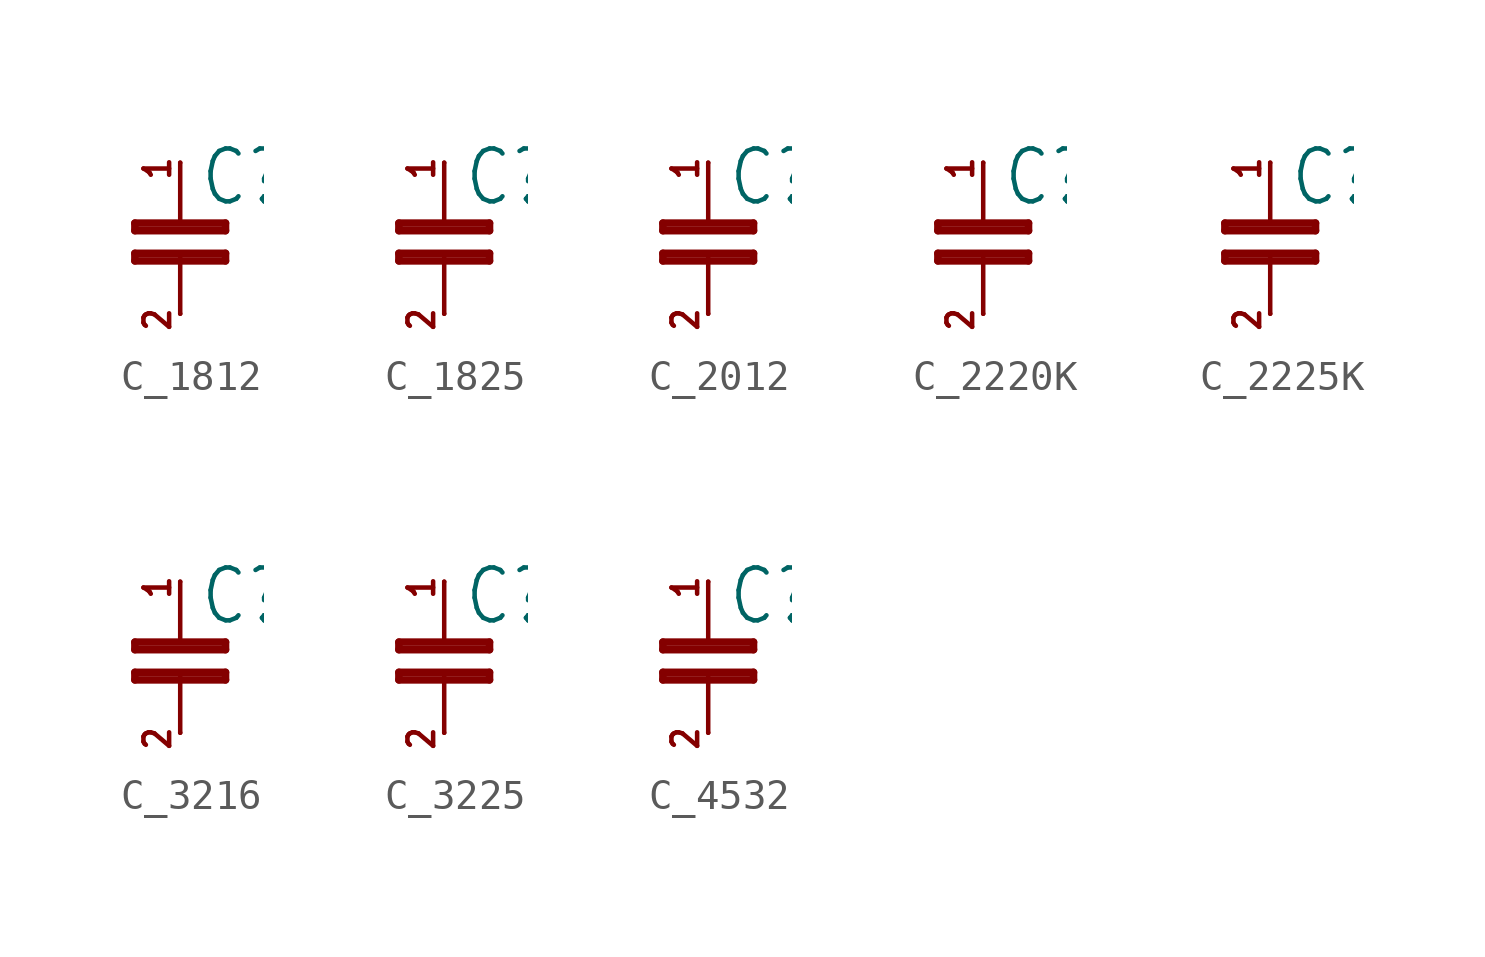
<source format=kicad_sym>
(kicad_symbol_lib
  (version 20241209)
  (generator "kicad_symbol_editor")
  (generator_version "9.0")
  (symbol "C_1812"
    (property "Reference" "C"
      (at 0.635 1.016 0)
      (effects (font (size 1.778 1.511)) (justify left bottom)))
    (property "Value" ""
      (at 0.508 -2.857 0)
      (effects (font (size 1.778 1.511)) (justify left bottom)))
    (property "ki_locked" ""
      (at 0 0 0)
      (effects (font (size 1.27 1.27))))
    (symbol "C_1812_1_0"
      (polyline (pts (xy -1.524 0.508) (xy -1.524 0.254)) (stroke (width 0.254) (type solid)) (fill (type none)))
      (polyline (pts (xy -1.524 0.254) (xy 1.524 0.254)) (stroke (width 0.254) (type solid)) (fill (type none)))
      (polyline (pts (xy -1.524 -0.508) (xy 1.524 -0.508)) (stroke (width 0.254) (type solid)) (fill (type none)))
      (polyline (pts (xy -1.524 -0.762) (xy -1.524 -0.508)) (stroke (width 0.254) (type solid)) (fill (type none)))
      (polyline (pts (xy 0 2.54) (xy 0 0.635)) (stroke (width 0.152) (type solid)) (fill (type none)))
      (polyline (pts (xy 0 -2.54) (xy 0 -0.635)) (stroke (width 0.152) (type solid)) (fill (type none)))
      (polyline (pts (xy 1.524 0.508) (xy -1.524 0.508)) (stroke (width 0.254) (type solid)) (fill (type none)))
      (polyline (pts (xy 1.524 0.254) (xy 1.524 0.508)) (stroke (width 0.254) (type solid)) (fill (type none)))
      (polyline (pts (xy 1.524 -0.508) (xy 1.524 -0.762)) (stroke (width 0.254) (type solid)) (fill (type none)))
      (polyline (pts (xy 1.524 -0.762) (xy -1.524 -0.762)) (stroke (width 0.254) (type solid)) (fill (type none)))
      (text "1" (at -1.27 2.794 900) (effects (font (size 0.864 0.734)) (justify right top)))
      (text "2" (at -1.27 -2.286 900) (effects (font (size 0.864 0.734)) (justify right top)))
      (pin passive line (at 0 2.54 270) (length 0) (name "1" (effects (font (size 0 0)))) (number "1" (effects (font (size 0 0)))))
      (pin passive line (at 0 -2.54 90) (length 0) (name "2" (effects (font (size 0 0)))) (number "2" (effects (font (size 0 0)))))))
  (symbol "C_1825"
    (property "Reference" "C"
      (at 0.635 1.016 0)
      (effects (font (size 1.778 1.511)) (justify left bottom)))
    (property "Value" ""
      (at 0.508 -2.857 0)
      (effects (font (size 1.778 1.511)) (justify left bottom)))
    (property "ki_locked" ""
      (at 0 0 0)
      (effects (font (size 1.27 1.27))))
    (symbol "C_1825_1_0"
      (polyline (pts (xy -1.524 0.508) (xy -1.524 0.254)) (stroke (width 0.254) (type solid)) (fill (type none)))
      (polyline (pts (xy -1.524 0.254) (xy 1.524 0.254)) (stroke (width 0.254) (type solid)) (fill (type none)))
      (polyline (pts (xy -1.524 -0.508) (xy 1.524 -0.508)) (stroke (width 0.254) (type solid)) (fill (type none)))
      (polyline (pts (xy -1.524 -0.762) (xy -1.524 -0.508)) (stroke (width 0.254) (type solid)) (fill (type none)))
      (polyline (pts (xy 0 2.54) (xy 0 0.635)) (stroke (width 0.152) (type solid)) (fill (type none)))
      (polyline (pts (xy 0 -2.54) (xy 0 -0.635)) (stroke (width 0.152) (type solid)) (fill (type none)))
      (polyline (pts (xy 1.524 0.508) (xy -1.524 0.508)) (stroke (width 0.254) (type solid)) (fill (type none)))
      (polyline (pts (xy 1.524 0.254) (xy 1.524 0.508)) (stroke (width 0.254) (type solid)) (fill (type none)))
      (polyline (pts (xy 1.524 -0.508) (xy 1.524 -0.762)) (stroke (width 0.254) (type solid)) (fill (type none)))
      (polyline (pts (xy 1.524 -0.762) (xy -1.524 -0.762)) (stroke (width 0.254) (type solid)) (fill (type none)))
      (text "1" (at -1.27 2.794 900) (effects (font (size 0.864 0.734)) (justify right top)))
      (text "2" (at -1.27 -2.286 900) (effects (font (size 0.864 0.734)) (justify right top)))
      (pin passive line (at 0 2.54 270) (length 0) (name "1" (effects (font (size 0 0)))) (number "1" (effects (font (size 0 0)))))
      (pin passive line (at 0 -2.54 90) (length 0) (name "2" (effects (font (size 0 0)))) (number "2" (effects (font (size 0 0)))))))
  (symbol "C_2012"
    (property "Reference" "C"
      (at 0.635 1.016 0)
      (effects (font (size 1.778 1.511)) (justify left bottom)))
    (property "Value" ""
      (at 0.508 -2.857 0)
      (effects (font (size 1.778 1.511)) (justify left bottom)))
    (property "ki_locked" ""
      (at 0 0 0)
      (effects (font (size 1.27 1.27))))
    (symbol "C_2012_1_0"
      (polyline (pts (xy -1.524 0.508) (xy -1.524 0.254)) (stroke (width 0.254) (type solid)) (fill (type none)))
      (polyline (pts (xy -1.524 0.254) (xy 1.524 0.254)) (stroke (width 0.254) (type solid)) (fill (type none)))
      (polyline (pts (xy -1.524 -0.508) (xy 1.524 -0.508)) (stroke (width 0.254) (type solid)) (fill (type none)))
      (polyline (pts (xy -1.524 -0.762) (xy -1.524 -0.508)) (stroke (width 0.254) (type solid)) (fill (type none)))
      (polyline (pts (xy 0 2.54) (xy 0 0.635)) (stroke (width 0.152) (type solid)) (fill (type none)))
      (polyline (pts (xy 0 -2.54) (xy 0 -0.635)) (stroke (width 0.152) (type solid)) (fill (type none)))
      (polyline (pts (xy 1.524 0.508) (xy -1.524 0.508)) (stroke (width 0.254) (type solid)) (fill (type none)))
      (polyline (pts (xy 1.524 0.254) (xy 1.524 0.508)) (stroke (width 0.254) (type solid)) (fill (type none)))
      (polyline (pts (xy 1.524 -0.508) (xy 1.524 -0.762)) (stroke (width 0.254) (type solid)) (fill (type none)))
      (polyline (pts (xy 1.524 -0.762) (xy -1.524 -0.762)) (stroke (width 0.254) (type solid)) (fill (type none)))
      (text "1" (at -1.27 2.794 900) (effects (font (size 0.864 0.734)) (justify right top)))
      (text "2" (at -1.27 -2.286 900) (effects (font (size 0.864 0.734)) (justify right top)))
      (pin passive line (at 0 2.54 270) (length 0) (name "1" (effects (font (size 0 0)))) (number "1" (effects (font (size 0 0)))))
      (pin passive line (at 0 -2.54 90) (length 0) (name "2" (effects (font (size 0 0)))) (number "2" (effects (font (size 0 0)))))))
  (symbol "C_2220K"
    (property "Reference" "C"
      (at 0.635 1.016 0)
      (effects (font (size 1.778 1.511)) (justify left bottom)))
    (property "Value" ""
      (at 0.508 -2.857 0)
      (effects (font (size 1.778 1.511)) (justify left bottom)))
    (property "ki_locked" ""
      (at 0 0 0)
      (effects (font (size 1.27 1.27))))
    (symbol "C_2220K_1_0"
      (polyline (pts (xy -1.524 0.508) (xy -1.524 0.254)) (stroke (width 0.254) (type solid)) (fill (type none)))
      (polyline (pts (xy -1.524 0.254) (xy 1.524 0.254)) (stroke (width 0.254) (type solid)) (fill (type none)))
      (polyline (pts (xy -1.524 -0.508) (xy 1.524 -0.508)) (stroke (width 0.254) (type solid)) (fill (type none)))
      (polyline (pts (xy -1.524 -0.762) (xy -1.524 -0.508)) (stroke (width 0.254) (type solid)) (fill (type none)))
      (polyline (pts (xy 0 2.54) (xy 0 0.635)) (stroke (width 0.152) (type solid)) (fill (type none)))
      (polyline (pts (xy 0 -2.54) (xy 0 -0.635)) (stroke (width 0.152) (type solid)) (fill (type none)))
      (polyline (pts (xy 1.524 0.508) (xy -1.524 0.508)) (stroke (width 0.254) (type solid)) (fill (type none)))
      (polyline (pts (xy 1.524 0.254) (xy 1.524 0.508)) (stroke (width 0.254) (type solid)) (fill (type none)))
      (polyline (pts (xy 1.524 -0.508) (xy 1.524 -0.762)) (stroke (width 0.254) (type solid)) (fill (type none)))
      (polyline (pts (xy 1.524 -0.762) (xy -1.524 -0.762)) (stroke (width 0.254) (type solid)) (fill (type none)))
      (text "1" (at -1.27 2.794 900) (effects (font (size 0.864 0.734)) (justify right top)))
      (text "2" (at -1.27 -2.286 900) (effects (font (size 0.864 0.734)) (justify right top)))
      (pin passive line (at 0 2.54 270) (length 0) (name "1" (effects (font (size 0 0)))) (number "1" (effects (font (size 0 0)))))
      (pin passive line (at 0 -2.54 90) (length 0) (name "2" (effects (font (size 0 0)))) (number "2" (effects (font (size 0 0)))))))
  (symbol "C_2225K"
    (property "Reference" "C"
      (at 0.635 1.016 0)
      (effects (font (size 1.778 1.511)) (justify left bottom)))
    (property "Value" ""
      (at 0.508 -2.857 0)
      (effects (font (size 1.778 1.511)) (justify left bottom)))
    (property "ki_locked" ""
      (at 0 0 0)
      (effects (font (size 1.27 1.27))))
    (symbol "C_2225K_1_0"
      (polyline (pts (xy -1.524 0.508) (xy -1.524 0.254)) (stroke (width 0.254) (type solid)) (fill (type none)))
      (polyline (pts (xy -1.524 0.254) (xy 1.524 0.254)) (stroke (width 0.254) (type solid)) (fill (type none)))
      (polyline (pts (xy -1.524 -0.508) (xy 1.524 -0.508)) (stroke (width 0.254) (type solid)) (fill (type none)))
      (polyline (pts (xy -1.524 -0.762) (xy -1.524 -0.508)) (stroke (width 0.254) (type solid)) (fill (type none)))
      (polyline (pts (xy 0 2.54) (xy 0 0.635)) (stroke (width 0.152) (type solid)) (fill (type none)))
      (polyline (pts (xy 0 -2.54) (xy 0 -0.635)) (stroke (width 0.152) (type solid)) (fill (type none)))
      (polyline (pts (xy 1.524 0.508) (xy -1.524 0.508)) (stroke (width 0.254) (type solid)) (fill (type none)))
      (polyline (pts (xy 1.524 0.254) (xy 1.524 0.508)) (stroke (width 0.254) (type solid)) (fill (type none)))
      (polyline (pts (xy 1.524 -0.508) (xy 1.524 -0.762)) (stroke (width 0.254) (type solid)) (fill (type none)))
      (polyline (pts (xy 1.524 -0.762) (xy -1.524 -0.762)) (stroke (width 0.254) (type solid)) (fill (type none)))
      (text "1" (at -1.27 2.794 900) (effects (font (size 0.864 0.734)) (justify right top)))
      (text "2" (at -1.27 -2.286 900) (effects (font (size 0.864 0.734)) (justify right top)))
      (pin passive line (at 0 2.54 270) (length 0) (name "1" (effects (font (size 0 0)))) (number "1" (effects (font (size 0 0)))))
      (pin passive line (at 0 -2.54 90) (length 0) (name "2" (effects (font (size 0 0)))) (number "2" (effects (font (size 0 0)))))))
  (symbol "C_3216"
    (property "Reference" "C"
      (at 0.635 1.016 0)
      (effects (font (size 1.778 1.511)) (justify left bottom)))
    (property "Value" ""
      (at 0.508 -2.857 0)
      (effects (font (size 1.778 1.511)) (justify left bottom)))
    (property "ki_locked" ""
      (at 0 0 0)
      (effects (font (size 1.27 1.27))))
    (symbol "C_3216_1_0"
      (polyline (pts (xy -1.524 0.508) (xy -1.524 0.254)) (stroke (width 0.254) (type solid)) (fill (type none)))
      (polyline (pts (xy -1.524 0.254) (xy 1.524 0.254)) (stroke (width 0.254) (type solid)) (fill (type none)))
      (polyline (pts (xy -1.524 -0.508) (xy 1.524 -0.508)) (stroke (width 0.254) (type solid)) (fill (type none)))
      (polyline (pts (xy -1.524 -0.762) (xy -1.524 -0.508)) (stroke (width 0.254) (type solid)) (fill (type none)))
      (polyline (pts (xy 0 2.54) (xy 0 0.635)) (stroke (width 0.152) (type solid)) (fill (type none)))
      (polyline (pts (xy 0 -2.54) (xy 0 -0.635)) (stroke (width 0.152) (type solid)) (fill (type none)))
      (polyline (pts (xy 1.524 0.508) (xy -1.524 0.508)) (stroke (width 0.254) (type solid)) (fill (type none)))
      (polyline (pts (xy 1.524 0.254) (xy 1.524 0.508)) (stroke (width 0.254) (type solid)) (fill (type none)))
      (polyline (pts (xy 1.524 -0.508) (xy 1.524 -0.762)) (stroke (width 0.254) (type solid)) (fill (type none)))
      (polyline (pts (xy 1.524 -0.762) (xy -1.524 -0.762)) (stroke (width 0.254) (type solid)) (fill (type none)))
      (text "1" (at -1.27 2.794 900) (effects (font (size 0.864 0.734)) (justify right top)))
      (text "2" (at -1.27 -2.286 900) (effects (font (size 0.864 0.734)) (justify right top)))
      (pin passive line (at 0 2.54 270) (length 0) (name "1" (effects (font (size 0 0)))) (number "1" (effects (font (size 0 0)))))
      (pin passive line (at 0 -2.54 90) (length 0) (name "2" (effects (font (size 0 0)))) (number "2" (effects (font (size 0 0)))))))
  (symbol "C_3225"
    (property "Reference" "C"
      (at 0.635 1.016 0)
      (effects (font (size 1.778 1.511)) (justify left bottom)))
    (property "Value" ""
      (at 0.508 -2.857 0)
      (effects (font (size 1.778 1.511)) (justify left bottom)))
    (property "ki_locked" ""
      (at 0 0 0)
      (effects (font (size 1.27 1.27))))
    (symbol "C_3225_1_0"
      (polyline (pts (xy -1.524 0.508) (xy -1.524 0.254)) (stroke (width 0.254) (type solid)) (fill (type none)))
      (polyline (pts (xy -1.524 0.254) (xy 1.524 0.254)) (stroke (width 0.254) (type solid)) (fill (type none)))
      (polyline (pts (xy -1.524 -0.508) (xy 1.524 -0.508)) (stroke (width 0.254) (type solid)) (fill (type none)))
      (polyline (pts (xy -1.524 -0.762) (xy -1.524 -0.508)) (stroke (width 0.254) (type solid)) (fill (type none)))
      (polyline (pts (xy 0 2.54) (xy 0 0.635)) (stroke (width 0.152) (type solid)) (fill (type none)))
      (polyline (pts (xy 0 -2.54) (xy 0 -0.635)) (stroke (width 0.152) (type solid)) (fill (type none)))
      (polyline (pts (xy 1.524 0.508) (xy -1.524 0.508)) (stroke (width 0.254) (type solid)) (fill (type none)))
      (polyline (pts (xy 1.524 0.254) (xy 1.524 0.508)) (stroke (width 0.254) (type solid)) (fill (type none)))
      (polyline (pts (xy 1.524 -0.508) (xy 1.524 -0.762)) (stroke (width 0.254) (type solid)) (fill (type none)))
      (polyline (pts (xy 1.524 -0.762) (xy -1.524 -0.762)) (stroke (width 0.254) (type solid)) (fill (type none)))
      (text "1" (at -1.27 2.794 900) (effects (font (size 0.864 0.734)) (justify right top)))
      (text "2" (at -1.27 -2.286 900) (effects (font (size 0.864 0.734)) (justify right top)))
      (pin passive line (at 0 2.54 270) (length 0) (name "1" (effects (font (size 0 0)))) (number "1" (effects (font (size 0 0)))))
      (pin passive line (at 0 -2.54 90) (length 0) (name "2" (effects (font (size 0 0)))) (number "2" (effects (font (size 0 0)))))))
  (symbol "C_4532"
    (property "Reference" "C"
      (at 0.635 1.016 0)
      (effects (font (size 1.778 1.511)) (justify left bottom)))
    (property "Value" ""
      (at 0.508 -2.857 0)
      (effects (font (size 1.778 1.511)) (justify left bottom)))
    (property "ki_locked" ""
      (at 0 0 0)
      (effects (font (size 1.27 1.27))))
    (symbol "C_4532_1_0"
      (polyline (pts (xy -1.524 0.508) (xy -1.524 0.254)) (stroke (width 0.254) (type solid)) (fill (type none)))
      (polyline (pts (xy -1.524 0.254) (xy 1.524 0.254)) (stroke (width 0.254) (type solid)) (fill (type none)))
      (polyline (pts (xy -1.524 -0.508) (xy 1.524 -0.508)) (stroke (width 0.254) (type solid)) (fill (type none)))
      (polyline (pts (xy -1.524 -0.762) (xy -1.524 -0.508)) (stroke (width 0.254) (type solid)) (fill (type none)))
      (polyline (pts (xy 0 2.54) (xy 0 0.635)) (stroke (width 0.152) (type solid)) (fill (type none)))
      (polyline (pts (xy 0 -2.54) (xy 0 -0.635)) (stroke (width 0.152) (type solid)) (fill (type none)))
      (polyline (pts (xy 1.524 0.508) (xy -1.524 0.508)) (stroke (width 0.254) (type solid)) (fill (type none)))
      (polyline (pts (xy 1.524 0.254) (xy 1.524 0.508)) (stroke (width 0.254) (type solid)) (fill (type none)))
      (polyline (pts (xy 1.524 -0.508) (xy 1.524 -0.762)) (stroke (width 0.254) (type solid)) (fill (type none)))
      (polyline (pts (xy 1.524 -0.762) (xy -1.524 -0.762)) (stroke (width 0.254) (type solid)) (fill (type none)))
      (text "1" (at -1.27 2.794 900) (effects (font (size 0.864 0.734)) (justify right top)))
      (text "2" (at -1.27 -2.286 900) (effects (font (size 0.864 0.734)) (justify right top)))
      (pin passive line (at 0 2.54 270) (length 0) (name "1" (effects (font (size 0 0)))) (number "1" (effects (font (size 0 0)))))
      (pin passive line (at 0 -2.54 90) (length 0) (name "2" (effects (font (size 0 0)))) (number "2" (effects (font (size 0 0))))))))
</source>
